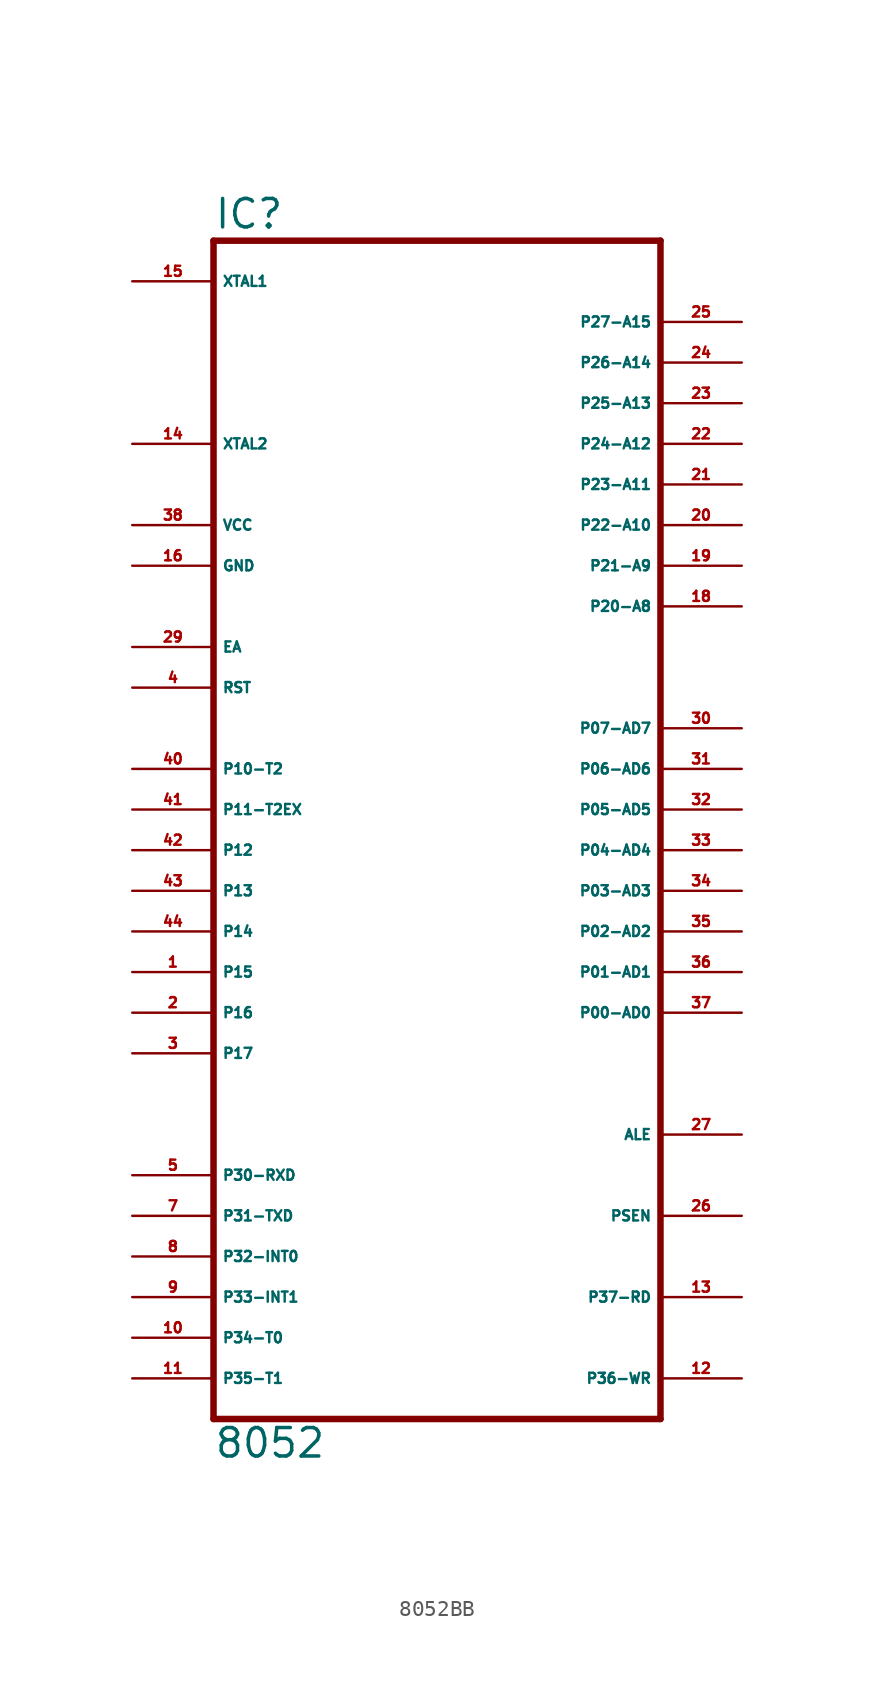
<source format=kicad_sym>
(kicad_symbol_lib
  (version 20220914)
  (generator Eagle2Kicad)
  (symbol "8052BB"
    (property "Reference" "IC"
      (at -15.24 36.195 0)
      (effects (font (size 1.778 1.778) (thickness 0.22)) (justify left bottom)))
    (property "Value" "8052"
      (at -15.24 -40.64 0)
      (effects (font (size 1.778 1.778) (thickness 0.22)) (justify left bottom)))
    (polyline
      (pts (xy 12.7 35.56) (xy 12.7 -38.1))
      (stroke (width 0.406) (type default))
      (fill (type none)))
    (polyline
      (pts (xy -15.24 -38.1) (xy 12.7 -38.1))
      (stroke (width 0.406) (type default))
      (fill (type none)))
    (polyline
      (pts (xy -15.24 -38.1) (xy -15.24 35.56))
      (stroke (width 0.406) (type default))
      (fill (type none)))
    (polyline
      (pts (xy 12.7 35.56) (xy -15.24 35.56))
      (stroke (width 0.406) (type default))
      (fill (type none)))
    (pin input line
      (at -20.32 22.86 0)
      (length 5.08)
      (name "XTAL2" (effects (font (size 0.635 0.635) (thickness 0.08)) (justify left bottom)))
      (number "14" (effects (font (size 0.635 0.635) (thickness 0.08)) (justify left bottom))))
    (pin input line
      (at -20.32 33.02 0)
      (length 5.08)
      (name "XTAL1" (effects (font (size 0.635 0.635) (thickness 0.08)) (justify left bottom)))
      (number "15" (effects (font (size 0.635 0.635) (thickness 0.08)) (justify left bottom))))
    (pin input line
      (at -20.32 10.16 0)
      (length 5.08)
      (name "EA" (effects (font (size 0.635 0.635) (thickness 0.08)) (justify left bottom)))
      (number "29" (effects (font (size 0.635 0.635) (thickness 0.08)) (justify left bottom))))
    (pin bidirectional line
      (at 17.78 30.48 180)
      (length 5.08)
      (name "P27-A15" (effects (font (size 0.635 0.635) (thickness 0.08)) (justify left bottom)))
      (number "25" (effects (font (size 0.635 0.635) (thickness 0.08)) (justify left bottom))))
    (pin bidirectional line
      (at 17.78 27.94 180)
      (length 5.08)
      (name "P26-A14" (effects (font (size 0.635 0.635) (thickness 0.08)) (justify left bottom)))
      (number "24" (effects (font (size 0.635 0.635) (thickness 0.08)) (justify left bottom))))
    (pin bidirectional line
      (at 17.78 25.4 180)
      (length 5.08)
      (name "P25-A13" (effects (font (size 0.635 0.635) (thickness 0.08)) (justify left bottom)))
      (number "23" (effects (font (size 0.635 0.635) (thickness 0.08)) (justify left bottom))))
    (pin bidirectional line
      (at 17.78 22.86 180)
      (length 5.08)
      (name "P24-A12" (effects (font (size 0.635 0.635) (thickness 0.08)) (justify left bottom)))
      (number "22" (effects (font (size 0.635 0.635) (thickness 0.08)) (justify left bottom))))
    (pin bidirectional line
      (at 17.78 20.32 180)
      (length 5.08)
      (name "P23-A11" (effects (font (size 0.635 0.635) (thickness 0.08)) (justify left bottom)))
      (number "21" (effects (font (size 0.635 0.635) (thickness 0.08)) (justify left bottom))))
    (pin bidirectional line
      (at 17.78 17.78 180)
      (length 5.08)
      (name "P22-A10" (effects (font (size 0.635 0.635) (thickness 0.08)) (justify left bottom)))
      (number "20" (effects (font (size 0.635 0.635) (thickness 0.08)) (justify left bottom))))
    (pin bidirectional line
      (at 17.78 15.24 180)
      (length 5.08)
      (name "P21-A9" (effects (font (size 0.635 0.635) (thickness 0.08)) (justify left bottom)))
      (number "19" (effects (font (size 0.635 0.635) (thickness 0.08)) (justify left bottom))))
    (pin bidirectional line
      (at 17.78 12.7 180)
      (length 5.08)
      (name "P20-A8" (effects (font (size 0.635 0.635) (thickness 0.08)) (justify left bottom)))
      (number "18" (effects (font (size 0.635 0.635) (thickness 0.08)) (justify left bottom))))
    (pin bidirectional line
      (at 17.78 5.08 180)
      (length 5.08)
      (name "P07-AD7" (effects (font (size 0.635 0.635) (thickness 0.08)) (justify left bottom)))
      (number "30" (effects (font (size 0.635 0.635) (thickness 0.08)) (justify left bottom))))
    (pin bidirectional line
      (at 17.78 2.54 180)
      (length 5.08)
      (name "P06-AD6" (effects (font (size 0.635 0.635) (thickness 0.08)) (justify left bottom)))
      (number "31" (effects (font (size 0.635 0.635) (thickness 0.08)) (justify left bottom))))
    (pin bidirectional line
      (at 17.78 0 180)
      (length 5.08)
      (name "P05-AD5" (effects (font (size 0.635 0.635) (thickness 0.08)) (justify left bottom)))
      (number "32" (effects (font (size 0.635 0.635) (thickness 0.08)) (justify left bottom))))
    (pin bidirectional line
      (at 17.78 -2.54 180)
      (length 5.08)
      (name "P04-AD4" (effects (font (size 0.635 0.635) (thickness 0.08)) (justify left bottom)))
      (number "33" (effects (font (size 0.635 0.635) (thickness 0.08)) (justify left bottom))))
    (pin bidirectional line
      (at 17.78 -5.08 180)
      (length 5.08)
      (name "P03-AD3" (effects (font (size 0.635 0.635) (thickness 0.08)) (justify left bottom)))
      (number "34" (effects (font (size 0.635 0.635) (thickness 0.08)) (justify left bottom))))
    (pin bidirectional line
      (at 17.78 -7.62 180)
      (length 5.08)
      (name "P02-AD2" (effects (font (size 0.635 0.635) (thickness 0.08)) (justify left bottom)))
      (number "35" (effects (font (size 0.635 0.635) (thickness 0.08)) (justify left bottom))))
    (pin bidirectional line
      (at 17.78 -10.16 180)
      (length 5.08)
      (name "P01-AD1" (effects (font (size 0.635 0.635) (thickness 0.08)) (justify left bottom)))
      (number "36" (effects (font (size 0.635 0.635) (thickness 0.08)) (justify left bottom))))
    (pin bidirectional line
      (at 17.78 -12.7 180)
      (length 5.08)
      (name "P00-AD0" (effects (font (size 0.635 0.635) (thickness 0.08)) (justify left bottom)))
      (number "37" (effects (font (size 0.635 0.635) (thickness 0.08)) (justify left bottom))))
    (pin output line
      (at 17.78 -20.32 180)
      (length 5.08)
      (name "ALE" (effects (font (size 0.635 0.635) (thickness 0.08)) (justify left bottom)))
      (number "27" (effects (font (size 0.635 0.635) (thickness 0.08)) (justify left bottom))))
    (pin output line
      (at 17.78 -25.4 180)
      (length 5.08)
      (name "PSEN" (effects (font (size 0.635 0.635) (thickness 0.08)) (justify left bottom)))
      (number "26" (effects (font (size 0.635 0.635) (thickness 0.08)) (justify left bottom))))
    (pin bidirectional line
      (at 17.78 -30.48 180)
      (length 5.08)
      (name "P37-RD" (effects (font (size 0.635 0.635) (thickness 0.08)) (justify left bottom)))
      (number "13" (effects (font (size 0.635 0.635) (thickness 0.08)) (justify left bottom))))
    (pin bidirectional line
      (at 17.78 -35.56 180)
      (length 5.08)
      (name "P36-WR" (effects (font (size 0.635 0.635) (thickness 0.08)) (justify left bottom)))
      (number "12" (effects (font (size 0.635 0.635) (thickness 0.08)) (justify left bottom))))
    (pin unspecified line
      (at -20.32 17.78 0)
      (length 5.08)
      (name "VCC" (effects (font (size 0.635 0.635) (thickness 0.08)) (justify left bottom)))
      (number "38" (effects (font (size 0.635 0.635) (thickness 0.08)) (justify left bottom))))
    (pin unspecified line
      (at -20.32 15.24 0)
      (length 5.08)
      (name "GND" (effects (font (size 0.635 0.635) (thickness 0.08)) (justify left bottom)))
      (number "16" (effects (font (size 0.635 0.635) (thickness 0.08)) (justify left bottom))))
    (pin bidirectional line
      (at -20.32 0 0)
      (length 5.08)
      (name "P11-T2EX" (effects (font (size 0.635 0.635) (thickness 0.08)) (justify left bottom)))
      (number "41" (effects (font (size 0.635 0.635) (thickness 0.08)) (justify left bottom))))
    (pin input line
      (at -20.32 7.62 0)
      (length 5.08)
      (name "RST" (effects (font (size 0.635 0.635) (thickness 0.08)) (justify left bottom)))
      (number "4" (effects (font (size 0.635 0.635) (thickness 0.08)) (justify left bottom))))
    (pin bidirectional line
      (at -20.32 -5.08 0)
      (length 5.08)
      (name "P13" (effects (font (size 0.635 0.635) (thickness 0.08)) (justify left bottom)))
      (number "43" (effects (font (size 0.635 0.635) (thickness 0.08)) (justify left bottom))))
    (pin bidirectional line
      (at -20.32 -7.62 0)
      (length 5.08)
      (name "P14" (effects (font (size 0.635 0.635) (thickness 0.08)) (justify left bottom)))
      (number "44" (effects (font (size 0.635 0.635) (thickness 0.08)) (justify left bottom))))
    (pin bidirectional line
      (at -20.32 -10.16 0)
      (length 5.08)
      (name "P15" (effects (font (size 0.635 0.635) (thickness 0.08)) (justify left bottom)))
      (number "1" (effects (font (size 0.635 0.635) (thickness 0.08)) (justify left bottom))))
    (pin bidirectional line
      (at -20.32 -12.7 0)
      (length 5.08)
      (name "P16" (effects (font (size 0.635 0.635) (thickness 0.08)) (justify left bottom)))
      (number "2" (effects (font (size 0.635 0.635) (thickness 0.08)) (justify left bottom))))
    (pin bidirectional line
      (at -20.32 -15.24 0)
      (length 5.08)
      (name "P17" (effects (font (size 0.635 0.635) (thickness 0.08)) (justify left bottom)))
      (number "3" (effects (font (size 0.635 0.635) (thickness 0.08)) (justify left bottom))))
    (pin bidirectional line
      (at -20.32 -22.86 0)
      (length 5.08)
      (name "P30-RXD" (effects (font (size 0.635 0.635) (thickness 0.08)) (justify left bottom)))
      (number "5" (effects (font (size 0.635 0.635) (thickness 0.08)) (justify left bottom))))
    (pin bidirectional line
      (at -20.32 -25.4 0)
      (length 5.08)
      (name "P31-TXD" (effects (font (size 0.635 0.635) (thickness 0.08)) (justify left bottom)))
      (number "7" (effects (font (size 0.635 0.635) (thickness 0.08)) (justify left bottom))))
    (pin bidirectional line
      (at -20.32 -27.94 0)
      (length 5.08)
      (name "P32-INT0" (effects (font (size 0.635 0.635) (thickness 0.08)) (justify left bottom)))
      (number "8" (effects (font (size 0.635 0.635) (thickness 0.08)) (justify left bottom))))
    (pin bidirectional line
      (at -20.32 -30.48 0)
      (length 5.08)
      (name "P33-INT1" (effects (font (size 0.635 0.635) (thickness 0.08)) (justify left bottom)))
      (number "9" (effects (font (size 0.635 0.635) (thickness 0.08)) (justify left bottom))))
    (pin bidirectional line
      (at -20.32 -33.02 0)
      (length 5.08)
      (name "P34-T0" (effects (font (size 0.635 0.635) (thickness 0.08)) (justify left bottom)))
      (number "10" (effects (font (size 0.635 0.635) (thickness 0.08)) (justify left bottom))))
    (pin bidirectional line
      (at -20.32 -35.56 0)
      (length 5.08)
      (name "P35-T1" (effects (font (size 0.635 0.635) (thickness 0.08)) (justify left bottom)))
      (number "11" (effects (font (size 0.635 0.635) (thickness 0.08)) (justify left bottom))))
    (pin bidirectional line
      (at -20.32 -2.54 0)
      (length 5.08)
      (name "P12" (effects (font (size 0.635 0.635) (thickness 0.08)) (justify left bottom)))
      (number "42" (effects (font (size 0.635 0.635) (thickness 0.08)) (justify left bottom))))
    (pin bidirectional line
      (at -20.32 2.54 0)
      (length 5.08)
      (name "P10-T2" (effects (font (size 0.635 0.635) (thickness 0.08)) (justify left bottom)))
      (number "40" (effects (font (size 0.635 0.635) (thickness 0.08)) (justify left bottom))))))
</source>
